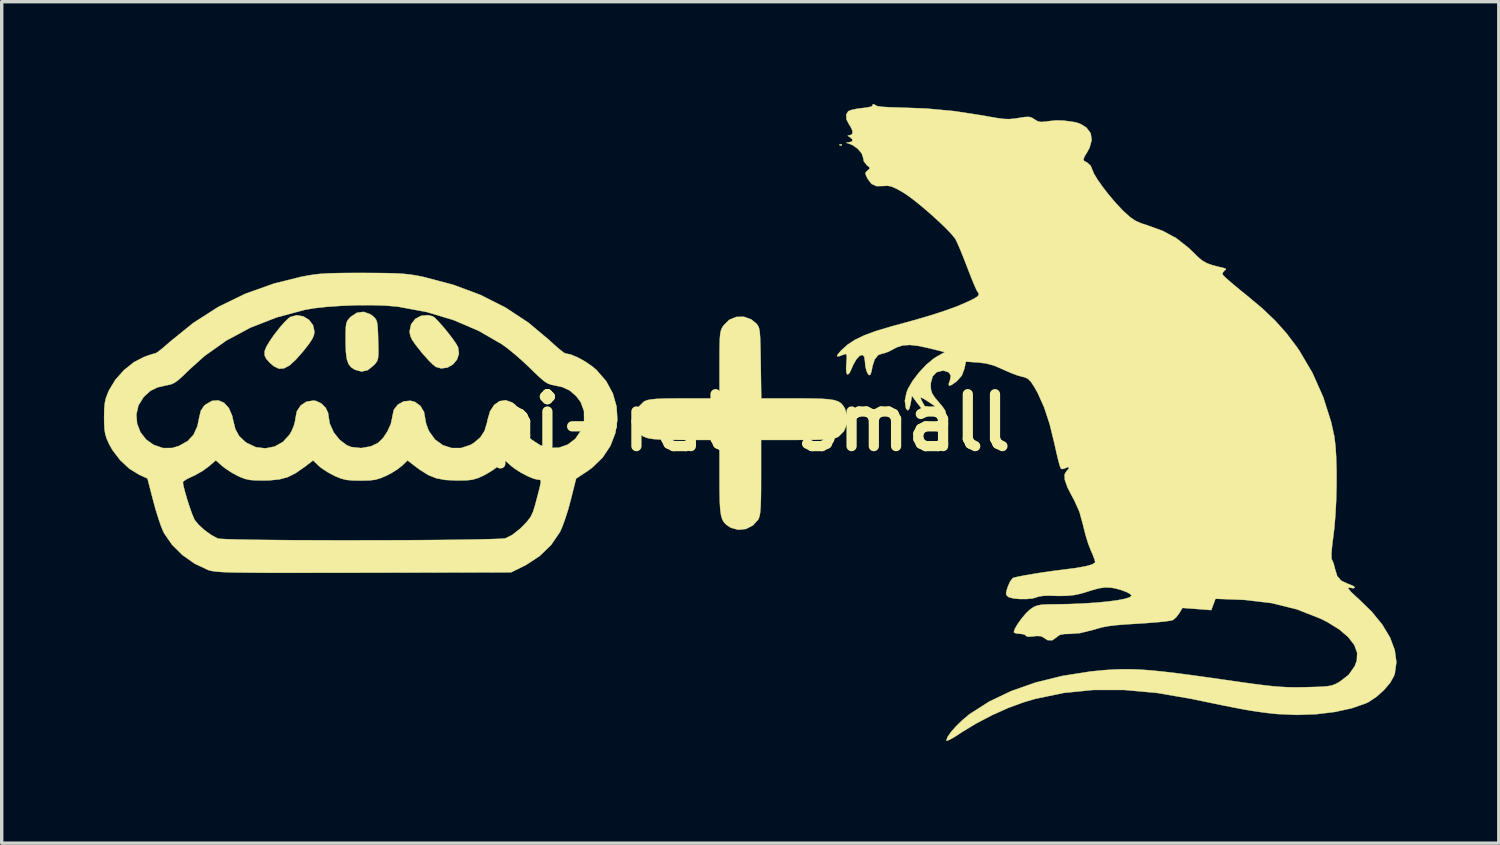
<source format=kicad_pcb>
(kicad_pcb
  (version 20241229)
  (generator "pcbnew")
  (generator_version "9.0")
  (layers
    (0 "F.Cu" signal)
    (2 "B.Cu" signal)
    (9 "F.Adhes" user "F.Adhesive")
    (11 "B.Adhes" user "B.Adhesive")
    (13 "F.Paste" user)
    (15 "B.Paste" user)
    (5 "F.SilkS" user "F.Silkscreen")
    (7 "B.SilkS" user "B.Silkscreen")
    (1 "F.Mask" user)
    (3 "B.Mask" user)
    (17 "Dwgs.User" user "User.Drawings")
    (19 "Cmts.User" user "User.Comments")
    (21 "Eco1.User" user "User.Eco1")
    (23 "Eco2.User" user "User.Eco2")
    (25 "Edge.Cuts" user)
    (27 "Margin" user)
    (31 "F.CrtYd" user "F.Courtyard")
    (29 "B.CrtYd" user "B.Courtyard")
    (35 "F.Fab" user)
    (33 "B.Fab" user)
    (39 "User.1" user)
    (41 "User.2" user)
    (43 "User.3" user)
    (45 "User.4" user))
  (footprint "pi-rat-small"
    (layer "F.Cu")
    (at 18.928 9.352)
    (property "Reference" "pi-rat-small" (at 0 0 0) (layer "F.SilkS") (effects (font (size 1.524 1.524) (thickness 0.3))))
    (attr through_hole)
    (fp_poly (pts (xy 2.726 -8.162) (xy 2.719 -8.132) (xy 2.692 -8.128) (xy 2.651 -8.147) (xy 2.659 -8.162) (xy 2.719 -8.168) (xy 2.726 -8.162)) (stroke (width 0.01) (type solid)) (fill yes) (layer "F.SilkS"))
    (fp_poly (pts (xy -13.078 -3.118) (xy -12.912 -3.017) (xy -12.794 -2.863) (xy -12.751 -2.675) (xy -12.764 -2.574) (xy -12.811 -2.463) (xy -12.903 -2.321) (xy -13.052 -2.129) (xy -13.079 -2.096) (xy -13.301 -1.843) (xy -13.486 -1.676) (xy -13.646 -1.591) (xy -13.793 -1.583) (xy -13.938 -1.651) (xy -14.058 -1.754) (xy -14.166 -1.874) (xy -14.212 -1.971) (xy -14.212 -2.082) (xy -14.208 -2.11) (xy -14.163 -2.224) (xy -14.065 -2.388) (xy -13.934 -2.577) (xy -13.786 -2.768) (xy -13.64 -2.937) (xy -13.515 -3.06) (xy -13.456 -3.102) (xy -13.267 -3.152) (xy -13.078 -3.118)) (stroke (width 0.01) (type solid)) (fill yes) (layer "F.SilkS"))
    (fp_poly (pts (xy -9.279 -3.12) (xy -9.206 -3.065) (xy -9.093 -2.948) (xy -8.956 -2.792) (xy -8.814 -2.618) (xy -8.684 -2.447) (xy -8.585 -2.303) (xy -8.535 -2.211) (xy -8.51 -2.023) (xy -8.567 -1.85) (xy -8.686 -1.708) (xy -8.846 -1.616) (xy -9.028 -1.59) (xy -9.191 -1.637) (xy -9.275 -1.704) (xy -9.401 -1.829) (xy -9.549 -1.993) (xy -9.635 -2.097) (xy -9.788 -2.291) (xy -9.885 -2.433) (xy -9.936 -2.544) (xy -9.956 -2.646) (xy -9.957 -2.687) (xy -9.912 -2.888) (xy -9.793 -3.042) (xy -9.621 -3.135) (xy -9.417 -3.154) (xy -9.279 -3.12)) (stroke (width 0.01) (type solid)) (fill yes) (layer "F.SilkS"))
    (fp_poly (pts (xy -11.107 -3.179) (xy -11.039 -3.129) (xy -10.978 -3.072) (xy -10.936 -3.012) (xy -10.91 -2.928) (xy -10.895 -2.8) (xy -10.885 -2.605) (xy -10.88 -2.423) (xy -10.873 -2.172) (xy -10.874 -2) (xy -10.885 -1.886) (xy -10.91 -1.808) (xy -10.954 -1.743) (xy -11.007 -1.684) (xy -11.184 -1.541) (xy -11.366 -1.498) (xy -11.561 -1.552) (xy -11.563 -1.552) (xy -11.675 -1.625) (xy -11.752 -1.723) (xy -11.801 -1.865) (xy -11.827 -2.069) (xy -11.836 -2.352) (xy -11.836 -2.419) (xy -11.835 -2.659) (xy -11.828 -2.82) (xy -11.811 -2.926) (xy -11.777 -3.001) (xy -11.723 -3.067) (xy -11.688 -3.103) (xy -11.504 -3.225) (xy -11.305 -3.251) (xy -11.107 -3.179)) (stroke (width 0.01) (type solid)) (fill yes) (layer "F.SilkS"))
    (fp_poly (pts (xy 0.066 -3.03) (xy 0.207 -2.917) (xy 0.249 -2.87) (xy 0.28 -2.819) (xy 0.302 -2.749) (xy 0.318 -2.647) (xy 0.329 -2.496) (xy 0.336 -2.284) (xy 0.342 -1.994) (xy 0.346 -1.749) (xy 0.361 -0.711) (xy 1.402 -0.711) (xy 1.797 -0.709) (xy 2.103 -0.702) (xy 2.334 -0.686) (xy 2.504 -0.66) (xy 2.625 -0.619) (xy 2.711 -0.561) (xy 2.775 -0.483) (xy 2.819 -0.408) (xy 2.887 -0.181) (xy 2.875 0.048) (xy 2.788 0.252) (xy 2.634 0.407) (xy 2.592 0.431) (xy 2.52 0.458) (xy 2.412 0.479) (xy 2.257 0.493) (xy 2.04 0.502) (xy 1.747 0.507) (xy 1.4 0.508) (xy 0.356 0.508) (xy 0.356 1.605) (xy 0.355 1.979) (xy 0.351 2.265) (xy 0.343 2.478) (xy 0.331 2.63) (xy 0.313 2.736) (xy 0.289 2.81) (xy 0.273 2.843) (xy 0.117 3.016) (xy -0.086 3.12) (xy -0.309 3.145) (xy -0.526 3.086) (xy -0.565 3.064) (xy -0.658 3.001) (xy -0.729 2.932) (xy -0.781 2.844) (xy -0.818 2.722) (xy -0.842 2.555) (xy -0.856 2.327) (xy -0.862 2.025) (xy -0.864 1.637) (xy -0.864 1.605) (xy -0.864 0.508) (xy -1.882 0.508) (xy -2.273 0.506) (xy -2.576 0.498) (xy -2.804 0.482) (xy -2.971 0.454) (xy -3.09 0.412) (xy -3.174 0.352) (xy -3.238 0.271) (xy -3.276 0.205) (xy -3.345 -0.022) (xy -3.332 -0.251) (xy -3.245 -0.456) (xy -3.092 -0.61) (xy -3.05 -0.634) (xy -2.976 -0.662) (xy -2.867 -0.682) (xy -2.709 -0.697) (xy -2.489 -0.706) (xy -2.192 -0.71) (xy -1.882 -0.711) (xy -0.864 -0.711) (xy -0.864 -1.694) (xy -0.863 -2.035) (xy -0.86 -2.29) (xy -0.854 -2.476) (xy -0.842 -2.607) (xy -0.823 -2.7) (xy -0.796 -2.77) (xy -0.758 -2.833) (xy -0.747 -2.85) (xy -0.581 -3.016) (xy -0.373 -3.102) (xy -0.15 -3.107) (xy 0.066 -3.03)) (stroke (width 0.01) (type solid)) (fill yes) (layer "F.SilkS"))
    (fp_poly (pts (xy -11.328 -4.393) (xy -10.922 -4.391) (xy -10.599 -4.387) (xy -10.341 -4.379) (xy -10.131 -4.366) (xy -9.949 -4.347) (xy -9.779 -4.321) (xy -9.601 -4.286) (xy -9.55 -4.275) (xy -8.679 -4.046) (xy -7.88 -3.748) (xy -7.148 -3.379) (xy -6.475 -2.936) (xy -5.875 -2.434) (xy -5.701 -2.275) (xy -5.551 -2.146) (xy -5.442 -2.06) (xy -5.392 -2.032) (xy -5.233 -2) (xy -5.027 -1.915) (xy -4.803 -1.791) (xy -4.59 -1.643) (xy -4.476 -1.547) (xy -4.191 -1.22) (xy -3.994 -0.857) (xy -3.885 -0.473) (xy -3.861 -0.079) (xy -3.921 0.31) (xy -4.066 0.683) (xy -4.293 1.025) (xy -4.601 1.323) (xy -4.733 1.419) (xy -5.072 1.643) (xy -5.232 2.281) (xy -5.307 2.556) (xy -5.393 2.824) (xy -5.477 3.056) (xy -5.547 3.212) (xy -5.803 3.587) (xy -6.139 3.913) (xy -6.539 4.176) (xy -6.597 4.205) (xy -6.98 4.394) (xy -11.3 4.404) (xy -12.065 4.405) (xy -12.736 4.406) (xy -13.318 4.407) (xy -13.818 4.407) (xy -14.244 4.406) (xy -14.602 4.403) (xy -14.899 4.4) (xy -15.142 4.396) (xy -15.337 4.39) (xy -15.49 4.383) (xy -15.61 4.374) (xy -15.702 4.363) (xy -15.773 4.351) (xy -15.831 4.337) (xy -15.879 4.321) (xy -16.266 4.139) (xy -16.623 3.887) (xy -16.927 3.586) (xy -17.157 3.254) (xy -17.19 3.189) (xy -17.254 3.033) (xy -17.331 2.809) (xy -17.412 2.547) (xy -17.485 2.28) (xy -17.622 1.749) (xy -16.611 1.749) (xy -16.594 1.859) (xy -16.549 2.034) (xy -16.487 2.247) (xy -16.417 2.467) (xy -16.347 2.665) (xy -16.286 2.814) (xy -16.261 2.862) (xy -16.143 3.004) (xy -15.969 3.16) (xy -15.774 3.3) (xy -15.593 3.398) (xy -15.587 3.4) (xy -15.512 3.41) (xy -15.344 3.419) (xy -15.093 3.427) (xy -14.769 3.434) (xy -14.382 3.44) (xy -13.939 3.445) (xy -13.452 3.449) (xy -12.929 3.451) (xy -12.38 3.453) (xy -11.814 3.454) (xy -11.24 3.453) (xy -10.669 3.452) (xy -10.109 3.45) (xy -9.57 3.447) (xy -9.061 3.443) (xy -8.592 3.437) (xy -8.172 3.431) (xy -7.81 3.424) (xy -7.517 3.416) (xy -7.301 3.408) (xy -7.171 3.398) (xy -7.143 3.393) (xy -6.945 3.295) (xy -6.717 3.114) (xy -6.651 3.05) (xy -6.503 2.895) (xy -6.406 2.765) (xy -6.337 2.62) (xy -6.276 2.423) (xy -6.26 2.362) (xy -6.188 2.091) (xy -6.14 1.902) (xy -6.114 1.782) (xy -6.108 1.714) (xy -6.121 1.684) (xy -6.15 1.676) (xy -6.179 1.676) (xy -6.311 1.647) (xy -6.492 1.572) (xy -6.691 1.468) (xy -6.876 1.349) (xy -6.976 1.271) (xy -7.163 1.107) (xy -7.351 1.272) (xy -7.508 1.389) (xy -7.704 1.509) (xy -7.821 1.57) (xy -7.973 1.634) (xy -8.114 1.674) (xy -8.276 1.693) (xy -8.496 1.698) (xy -8.585 1.698) (xy -8.912 1.682) (xy -9.175 1.633) (xy -9.412 1.537) (xy -9.657 1.383) (xy -9.772 1.298) (xy -10.019 1.109) (xy -10.179 1.263) (xy -10.313 1.369) (xy -10.496 1.483) (xy -10.643 1.559) (xy -10.812 1.631) (xy -10.963 1.675) (xy -11.135 1.696) (xy -11.364 1.702) (xy -11.405 1.702) (xy -11.646 1.697) (xy -11.824 1.679) (xy -11.976 1.639) (xy -12.14 1.572) (xy -12.167 1.559) (xy -12.356 1.458) (xy -12.532 1.343) (xy -12.631 1.263) (xy -12.79 1.109) (xy -13.037 1.298) (xy -13.298 1.48) (xy -13.534 1.599) (xy -13.781 1.666) (xy -14.077 1.695) (xy -14.224 1.698) (xy -14.469 1.696) (xy -14.647 1.682) (xy -14.791 1.65) (xy -14.935 1.594) (xy -14.988 1.57) (xy -15.181 1.466) (xy -15.368 1.343) (xy -15.457 1.273) (xy -15.645 1.108) (xy -15.856 1.289) (xy -16.032 1.416) (xy -16.24 1.536) (xy -16.339 1.582) (xy -16.486 1.651) (xy -16.584 1.715) (xy -16.611 1.749) (xy -17.622 1.749) (xy -17.65 1.64) (xy -17.902 1.524) (xy -18.186 1.349) (xy -18.454 1.099) (xy -18.68 0.802) (xy -18.774 0.634) (xy -18.846 0.476) (xy -18.89 0.337) (xy -18.913 0.184) (xy -18.922 -0.018) (xy -18.923 -0.152) (xy -18.921 -0.241) (xy -17.976 -0.241) (xy -17.955 0.028) (xy -17.857 0.281) (xy -17.687 0.499) (xy -17.467 0.653) (xy -17.191 0.747) (xy -16.924 0.744) (xy -16.724 0.683) (xy -16.475 0.544) (xy -16.299 0.357) (xy -16.185 0.106) (xy -16.13 -0.163) (xy -16.084 -0.351) (xy -15.993 -0.487) (xy -15.945 -0.531) (xy -15.755 -0.639) (xy -15.57 -0.653) (xy -15.401 -0.58) (xy -15.262 -0.427) (xy -15.165 -0.201) (xy -15.138 -0.076) (xy -15.071 0.192) (xy -14.96 0.394) (xy -14.785 0.56) (xy -14.734 0.596) (xy -14.468 0.721) (xy -14.19 0.755) (xy -13.92 0.702) (xy -13.678 0.567) (xy -13.482 0.355) (xy -13.424 0.256) (xy -13.355 0.091) (xy -13.315 -0.063) (xy -13.31 -0.115) (xy -13.267 -0.334) (xy -13.151 -0.506) (xy -12.982 -0.616) (xy -12.778 -0.647) (xy -12.704 -0.636) (xy -12.548 -0.562) (xy -12.42 -0.433) (xy -12.349 -0.283) (xy -12.344 -0.234) (xy -12.301 0.031) (xy -12.185 0.285) (xy -12.013 0.503) (xy -11.805 0.661) (xy -11.668 0.716) (xy -11.378 0.747) (xy -11.091 0.695) (xy -10.883 0.594) (xy -10.74 0.456) (xy -10.609 0.259) (xy -10.51 0.041) (xy -10.466 -0.157) (xy -10.465 -0.181) (xy -10.42 -0.379) (xy -10.301 -0.531) (xy -10.131 -0.624) (xy -9.933 -0.642) (xy -9.799 -0.607) (xy -9.641 -0.491) (xy -9.535 -0.311) (xy -9.5 -0.115) (xy -9.477 0.017) (xy -9.418 0.184) (xy -9.385 0.256) (xy -9.213 0.495) (xy -8.986 0.66) (xy -8.724 0.745) (xy -8.447 0.745) (xy -8.174 0.655) (xy -8.075 0.596) (xy -7.883 0.434) (xy -7.759 0.243) (xy -7.684 -0.008) (xy -7.672 -0.076) (xy -7.597 -0.333) (xy -7.475 -0.52) (xy -7.318 -0.63) (xy -7.139 -0.657) (xy -6.95 -0.592) (xy -6.865 -0.531) (xy -6.751 -0.404) (xy -6.692 -0.24) (xy -6.679 -0.163) (xy -6.629 0.099) (xy -6.552 0.292) (xy -6.432 0.448) (xy -6.373 0.503) (xy -6.12 0.666) (xy -5.847 0.742) (xy -5.574 0.734) (xy -5.317 0.644) (xy -5.097 0.477) (xy -4.934 0.241) (xy -4.838 -0.056) (xy -4.841 -0.342) (xy -4.94 -0.607) (xy -5.071 -0.779) (xy -5.259 -0.942) (xy -5.472 -1.042) (xy -5.706 -1.093) (xy -5.813 -1.115) (xy -5.909 -1.152) (xy -6.012 -1.218) (xy -6.138 -1.325) (xy -6.308 -1.486) (xy -6.417 -1.594) (xy -6.636 -1.8) (xy -6.871 -2.006) (xy -7.093 -2.186) (xy -7.252 -2.302) (xy -7.928 -2.692) (xy -8.665 -3.008) (xy -9.453 -3.245) (xy -10.28 -3.399) (xy -10.332 -3.406) (xy -10.67 -3.435) (xy -11.072 -3.447) (xy -11.509 -3.445) (xy -11.955 -3.428) (xy -12.381 -3.399) (xy -12.758 -3.357) (xy -13.03 -3.311) (xy -13.863 -3.087) (xy -14.633 -2.786) (xy -15.337 -2.408) (xy -15.975 -1.956) (xy -16.419 -1.557) (xy -16.608 -1.373) (xy -16.747 -1.248) (xy -16.856 -1.17) (xy -16.955 -1.125) (xy -17.063 -1.1) (xy -17.097 -1.094) (xy -17.36 -1.034) (xy -17.564 -0.932) (xy -17.746 -0.767) (xy -17.77 -0.74) (xy -17.916 -0.504) (xy -17.976 -0.241) (xy -18.921 -0.241) (xy -18.919 -0.396) (xy -18.903 -0.575) (xy -18.869 -0.723) (xy -18.81 -0.878) (xy -18.776 -0.954) (xy -18.591 -1.26) (xy -18.34 -1.541) (xy -18.05 -1.773) (xy -17.754 -1.926) (xy -17.594 -1.983) (xy -17.47 -2.022) (xy -17.419 -2.032) (xy -17.361 -2.064) (xy -17.248 -2.151) (xy -17.098 -2.277) (xy -16.997 -2.367) (xy -16.309 -2.924) (xy -15.573 -3.395) (xy -14.786 -3.779) (xy -13.943 -4.08) (xy -13.148 -4.278) (xy -12.952 -4.315) (xy -12.771 -4.344) (xy -12.586 -4.365) (xy -12.38 -4.379) (xy -12.133 -4.387) (xy -11.826 -4.392) (xy -11.442 -4.393) (xy -11.328 -4.393)) (stroke (width 0.01) (type solid)) (fill yes) (layer "F.SilkS"))
    (fp_poly (pts (xy 3.724 -9.31) (xy 3.731 -9.301) (xy 3.79 -9.283) (xy 3.929 -9.266) (xy 4.127 -9.255) (xy 4.331 -9.249) (xy 5.198 -9.218) (xy 6.026 -9.141) (xy 6.866 -9.012) (xy 7.023 -8.983) (xy 7.285 -8.937) (xy 7.48 -8.912) (xy 7.639 -8.907) (xy 7.795 -8.921) (xy 7.908 -8.939) (xy 8.094 -8.968) (xy 8.213 -8.973) (xy 8.297 -8.952) (xy 8.378 -8.901) (xy 8.381 -8.899) (xy 8.475 -8.843) (xy 8.576 -8.823) (xy 8.724 -8.835) (xy 8.791 -8.846) (xy 9.011 -8.869) (xy 9.237 -8.863) (xy 9.508 -8.826) (xy 9.615 -8.807) (xy 9.749 -8.755) (xy 9.892 -8.665) (xy 9.907 -8.653) (xy 10.029 -8.491) (xy 10.058 -8.293) (xy 9.995 -8.066) (xy 9.933 -7.95) (xy 9.848 -7.809) (xy 9.816 -7.727) (xy 9.836 -7.68) (xy 9.906 -7.641) (xy 9.924 -7.633) (xy 10.031 -7.534) (xy 10.074 -7.428) (xy 10.125 -7.304) (xy 10.233 -7.126) (xy 10.384 -6.913) (xy 10.563 -6.683) (xy 10.756 -6.455) (xy 10.95 -6.247) (xy 11.007 -6.191) (xy 11.183 -6.032) (xy 11.337 -5.926) (xy 11.512 -5.848) (xy 11.684 -5.793) (xy 12.147 -5.625) (xy 12.542 -5.411) (xy 12.896 -5.133) (xy 13.013 -5.021) (xy 13.177 -4.86) (xy 13.309 -4.751) (xy 13.44 -4.677) (xy 13.6 -4.62) (xy 13.821 -4.564) (xy 13.893 -4.548) (xy 13.99 -4.519) (xy 13.997 -4.491) (xy 13.959 -4.465) (xy 13.9 -4.394) (xy 13.9 -4.346) (xy 13.947 -4.292) (xy 14.061 -4.188) (xy 14.227 -4.045) (xy 14.433 -3.875) (xy 14.606 -3.736) (xy 15.058 -3.358) (xy 15.438 -2.997) (xy 15.768 -2.629) (xy 16.069 -2.232) (xy 16.15 -2.115) (xy 16.535 -1.462) (xy 16.85 -0.756) (xy 17.083 -0.024) (xy 17.178 0.406) (xy 17.211 0.671) (xy 17.233 1.013) (xy 17.244 1.41) (xy 17.244 1.84) (xy 17.233 2.278) (xy 17.211 2.702) (xy 17.179 3.089) (xy 17.151 3.317) (xy 17.111 3.64) (xy 17.093 3.866) (xy 17.099 3.997) (xy 17.111 4.028) (xy 17.152 4.115) (xy 17.19 4.255) (xy 17.198 4.293) (xy 17.263 4.503) (xy 17.382 4.64) (xy 17.575 4.73) (xy 17.585 4.733) (xy 17.708 4.78) (xy 17.775 4.826) (xy 17.78 4.837) (xy 17.74 4.861) (xy 17.678 4.851) (xy 17.596 4.838) (xy 17.592 4.876) (xy 17.669 4.969) (xy 17.827 5.117) (xy 17.872 5.156) (xy 18.27 5.541) (xy 18.585 5.926) (xy 18.813 6.306) (xy 18.952 6.676) (xy 19 7.029) (xy 18.954 7.36) (xy 18.927 7.439) (xy 18.814 7.639) (xy 18.634 7.849) (xy 18.416 8.045) (xy 18.187 8.197) (xy 18.11 8.235) (xy 17.69 8.382) (xy 17.197 8.49) (xy 16.653 8.556) (xy 16.08 8.577) (xy 15.5 8.551) (xy 15.367 8.538) (xy 15.167 8.515) (xy 14.973 8.489) (xy 14.772 8.459) (xy 14.548 8.421) (xy 14.287 8.372) (xy 13.974 8.311) (xy 13.596 8.233) (xy 13.138 8.138) (xy 12.979 8.105) (xy 11.973 7.932) (xy 11.017 7.845) (xy 10.105 7.845) (xy 9.235 7.932) (xy 8.402 8.106) (xy 8.052 8.209) (xy 7.612 8.371) (xy 7.14 8.582) (xy 6.678 8.823) (xy 6.266 9.072) (xy 6.21 9.109) (xy 6.029 9.227) (xy 5.889 9.305) (xy 5.807 9.336) (xy 5.791 9.328) (xy 5.829 9.223) (xy 5.932 9.076) (xy 6.083 8.905) (xy 6.266 8.728) (xy 6.464 8.563) (xy 6.487 8.547) (xy 7.052 8.185) (xy 7.698 7.877) (xy 8.415 7.626) (xy 9.195 7.433) (xy 10.03 7.302) (xy 10.422 7.264) (xy 10.68 7.246) (xy 10.929 7.237) (xy 11.183 7.237) (xy 11.454 7.246) (xy 11.754 7.267) (xy 12.095 7.3) (xy 12.49 7.345) (xy 12.95 7.405) (xy 13.489 7.48) (xy 13.97 7.549) (xy 14.431 7.615) (xy 14.807 7.667) (xy 15.115 7.706) (xy 15.372 7.735) (xy 15.593 7.753) (xy 15.795 7.764) (xy 15.993 7.768) (xy 16.205 7.766) (xy 16.332 7.764) (xy 16.629 7.756) (xy 16.844 7.747) (xy 16.999 7.732) (xy 17.112 7.71) (xy 17.206 7.675) (xy 17.299 7.626) (xy 17.332 7.607) (xy 17.599 7.401) (xy 17.776 7.149) (xy 17.838 6.984) (xy 17.849 6.756) (xy 17.764 6.524) (xy 17.586 6.293) (xy 17.319 6.066) (xy 16.968 5.849) (xy 16.78 5.755) (xy 16.083 5.48) (xy 15.341 5.296) (xy 14.555 5.203) (xy 14.402 5.196) (xy 13.691 5.169) (xy 13.567 5.502) (xy 13.144 5.469) (xy 12.721 5.437) (xy 12.632 5.588) (xy 12.541 5.709) (xy 12.444 5.792) (xy 12.442 5.793) (xy 12.36 5.813) (xy 12.196 5.836) (xy 11.966 5.859) (xy 11.69 5.881) (xy 11.416 5.899) (xy 11.055 5.921) (xy 10.774 5.944) (xy 10.555 5.971) (xy 10.376 6.004) (xy 10.218 6.046) (xy 10.131 6.074) (xy 9.714 6.177) (xy 9.444 6.198) (xy 9.25 6.204) (xy 9.128 6.228) (xy 9.049 6.277) (xy 9.029 6.299) (xy 8.899 6.388) (xy 8.758 6.382) (xy 8.663 6.319) (xy 8.579 6.268) (xy 8.452 6.26) (xy 8.355 6.271) (xy 8.199 6.284) (xy 8.131 6.261) (xy 8.128 6.252) (xy 8.083 6.216) (xy 7.974 6.198) (xy 7.95 6.198) (xy 7.833 6.185) (xy 7.774 6.154) (xy 7.772 6.148) (xy 7.805 6.047) (xy 7.89 5.903) (xy 8.006 5.742) (xy 8.133 5.592) (xy 8.252 5.481) (xy 8.271 5.468) (xy 8.369 5.406) (xy 8.466 5.366) (xy 8.587 5.344) (xy 8.759 5.334) (xy 8.969 5.332) (xy 9.399 5.324) (xy 9.811 5.307) (xy 10.192 5.282) (xy 10.531 5.25) (xy 10.815 5.212) (xy 11.034 5.17) (xy 11.175 5.125) (xy 11.227 5.079) (xy 11.227 5.077) (xy 11.182 5.025) (xy 11.065 4.965) (xy 10.904 4.906) (xy 10.728 4.86) (xy 10.624 4.843) (xy 10.454 4.836) (xy 10.272 4.862) (xy 10.041 4.925) (xy 9.966 4.95) (xy 9.744 5.017) (xy 9.544 5.06) (xy 9.333 5.082) (xy 9.08 5.086) (xy 8.809 5.078) (xy 8.636 5.083) (xy 8.491 5.107) (xy 8.444 5.125) (xy 8.321 5.16) (xy 8.142 5.177) (xy 7.943 5.176) (xy 7.761 5.159) (xy 7.631 5.125) (xy 7.608 5.111) (xy 7.557 5.063) (xy 7.545 5.002) (xy 7.571 4.895) (xy 7.599 4.81) (xy 7.662 4.668) (xy 7.733 4.572) (xy 7.764 4.552) (xy 7.903 4.519) (xy 8.118 4.478) (xy 8.381 4.434) (xy 8.666 4.389) (xy 8.947 4.349) (xy 9.195 4.318) (xy 9.586 4.268) (xy 9.876 4.216) (xy 10.065 4.164) (xy 10.153 4.11) (xy 10.16 4.09) (xy 10.14 4.012) (xy 10.088 3.875) (xy 10.029 3.739) (xy 9.955 3.549) (xy 9.88 3.305) (xy 9.816 3.055) (xy 9.806 3.009) (xy 9.7 2.622) (xy 9.545 2.275) (xy 9.503 2.2) (xy 9.35 1.908) (xy 9.27 1.682) (xy 9.262 1.521) (xy 9.317 1.427) (xy 9.387 1.349) (xy 9.388 1.304) (xy 9.326 1.316) (xy 9.298 1.332) (xy 9.194 1.365) (xy 9.153 1.345) (xy 9.126 1.279) (xy 9.085 1.134) (xy 9.035 0.929) (xy 8.98 0.685) (xy 8.969 0.635) (xy 8.826 0.048) (xy 8.662 -0.45) (xy 8.474 -0.87) (xy 8.377 -1.042) (xy 8.274 -1.199) (xy 8.186 -1.288) (xy 8.086 -1.333) (xy 8.02 -1.347) (xy 7.881 -1.385) (xy 7.691 -1.457) (xy 7.486 -1.546) (xy 7.458 -1.56) (xy 7.194 -1.673) (xy 6.957 -1.737) (xy 6.727 -1.765) (xy 6.367 -1.79) (xy 6.32 -1.574) (xy 6.247 -1.381) (xy 6.106 -1.221) (xy 6.084 -1.203) (xy 5.945 -1.104) (xy 5.872 -1.083) (xy 5.863 -1.141) (xy 5.898 -1.237) (xy 5.924 -1.379) (xy 5.862 -1.478) (xy 5.721 -1.523) (xy 5.683 -1.524) (xy 5.509 -1.481) (xy 5.391 -1.358) (xy 5.337 -1.163) (xy 5.334 -1.094) (xy 5.343 -0.959) (xy 5.381 -0.847) (xy 5.465 -0.724) (xy 5.566 -0.606) (xy 5.677 -0.472) (xy 5.75 -0.369) (xy 5.769 -0.317) (xy 5.769 -0.316) (xy 5.717 -0.33) (xy 5.604 -0.391) (xy 5.452 -0.488) (xy 5.4 -0.523) (xy 5.241 -0.63) (xy 5.116 -0.706) (xy 5.046 -0.739) (xy 5.039 -0.738) (xy 5.05 -0.686) (xy 5.102 -0.581) (xy 5.131 -0.533) (xy 5.193 -0.413) (xy 5.214 -0.33) (xy 5.208 -0.315) (xy 5.159 -0.324) (xy 5.067 -0.414) (xy 4.929 -0.587) (xy 4.868 -0.67) (xy 4.783 -0.787) (xy 4.747 -0.572) (xy 4.71 -0.418) (xy 4.666 -0.359) (xy 4.619 -0.399) (xy 4.603 -0.436) (xy 4.575 -0.639) (xy 4.624 -0.881) (xy 4.667 -0.991) (xy 4.804 -1.227) (xy 4.993 -1.474) (xy 5.208 -1.702) (xy 5.42 -1.878) (xy 5.493 -1.925) (xy 5.746 -2.069) (xy 5.313 -2.178) (xy 4.982 -2.25) (xy 4.723 -2.28) (xy 4.514 -2.266) (xy 4.336 -2.209) (xy 4.242 -2.158) (xy 4.096 -2.082) (xy 3.969 -2.037) (xy 3.932 -2.032) (xy 3.796 -1.985) (xy 3.689 -1.854) (xy 3.625 -1.656) (xy 3.621 -1.628) (xy 3.594 -1.492) (xy 3.56 -1.404) (xy 3.549 -1.393) (xy 3.501 -1.411) (xy 3.455 -1.503) (xy 3.419 -1.641) (xy 3.404 -1.797) (xy 3.404 -1.807) (xy 3.382 -1.939) (xy 3.325 -1.988) (xy 3.245 -1.958) (xy 3.152 -1.857) (xy 3.058 -1.691) (xy 3.021 -1.602) (xy 2.952 -1.456) (xy 2.898 -1.408) (xy 2.863 -1.454) (xy 2.851 -1.59) (xy 2.859 -1.738) (xy 2.871 -1.904) (xy 2.866 -1.99) (xy 2.839 -2.014) (xy 2.802 -2.005) (xy 2.651 -1.949) (xy 2.586 -1.946) (xy 2.604 -2) (xy 2.703 -2.114) (xy 2.712 -2.123) (xy 2.893 -2.287) (xy 3.112 -2.43) (xy 3.382 -2.561) (xy 3.719 -2.686) (xy 4.138 -2.811) (xy 4.269 -2.847) (xy 4.848 -3.006) (xy 5.338 -3.15) (xy 5.75 -3.283) (xy 6.096 -3.409) (xy 6.385 -3.532) (xy 6.388 -3.533) (xy 6.587 -3.628) (xy 6.703 -3.699) (xy 6.748 -3.755) (xy 6.733 -3.809) (xy 6.708 -3.838) (xy 6.674 -3.901) (xy 6.612 -4.04) (xy 6.53 -4.239) (xy 6.437 -4.477) (xy 6.401 -4.571) (xy 6.301 -4.829) (xy 6.206 -5.064) (xy 6.124 -5.253) (xy 6.065 -5.375) (xy 6.054 -5.395) (xy 5.953 -5.522) (xy 5.79 -5.694) (xy 5.581 -5.895) (xy 5.346 -6.109) (xy 5.102 -6.319) (xy 4.868 -6.51) (xy 4.661 -6.665) (xy 4.522 -6.756) (xy 4.328 -6.865) (xy 4.189 -6.926) (xy 4.076 -6.95) (xy 3.961 -6.945) (xy 3.946 -6.944) (xy 3.743 -6.94) (xy 3.599 -7.004) (xy 3.488 -7.148) (xy 3.474 -7.173) (xy 3.423 -7.284) (xy 3.425 -7.345) (xy 3.48 -7.398) (xy 3.484 -7.401) (xy 3.545 -7.455) (xy 3.529 -7.499) (xy 3.465 -7.547) (xy 3.37 -7.672) (xy 3.353 -7.769) (xy 3.309 -7.9) (xy 3.197 -8.033) (xy 3.044 -8.143) (xy 2.919 -8.192) (xy 2.856 -8.212) (xy 2.889 -8.221) (xy 2.934 -8.224) (xy 3.03 -8.253) (xy 3.035 -8.313) (xy 2.959 -8.378) (xy 2.897 -8.419) (xy 2.924 -8.43) (xy 2.959 -8.431) (xy 3.032 -8.468) (xy 3.039 -8.561) (xy 2.981 -8.689) (xy 2.946 -8.738) (xy 2.863 -8.895) (xy 2.855 -9.04) (xy 2.915 -9.139) (xy 3 -9.174) (xy 3.152 -9.207) (xy 3.32 -9.229) (xy 3.484 -9.25) (xy 3.595 -9.277) (xy 3.628 -9.303) (xy 3.628 -9.304) (xy 3.637 -9.345) (xy 3.652 -9.347) (xy 3.724 -9.31)) (stroke (width 0.01) (type solid)) (fill yes) (layer "F.SilkS")))
  (gr_rect
    (start -3 -3)
    (end 40.933 21.693)
    (stroke (width 0.1) (type default))
    (fill no)
    (layer "Edge.Cuts")))
</source>
